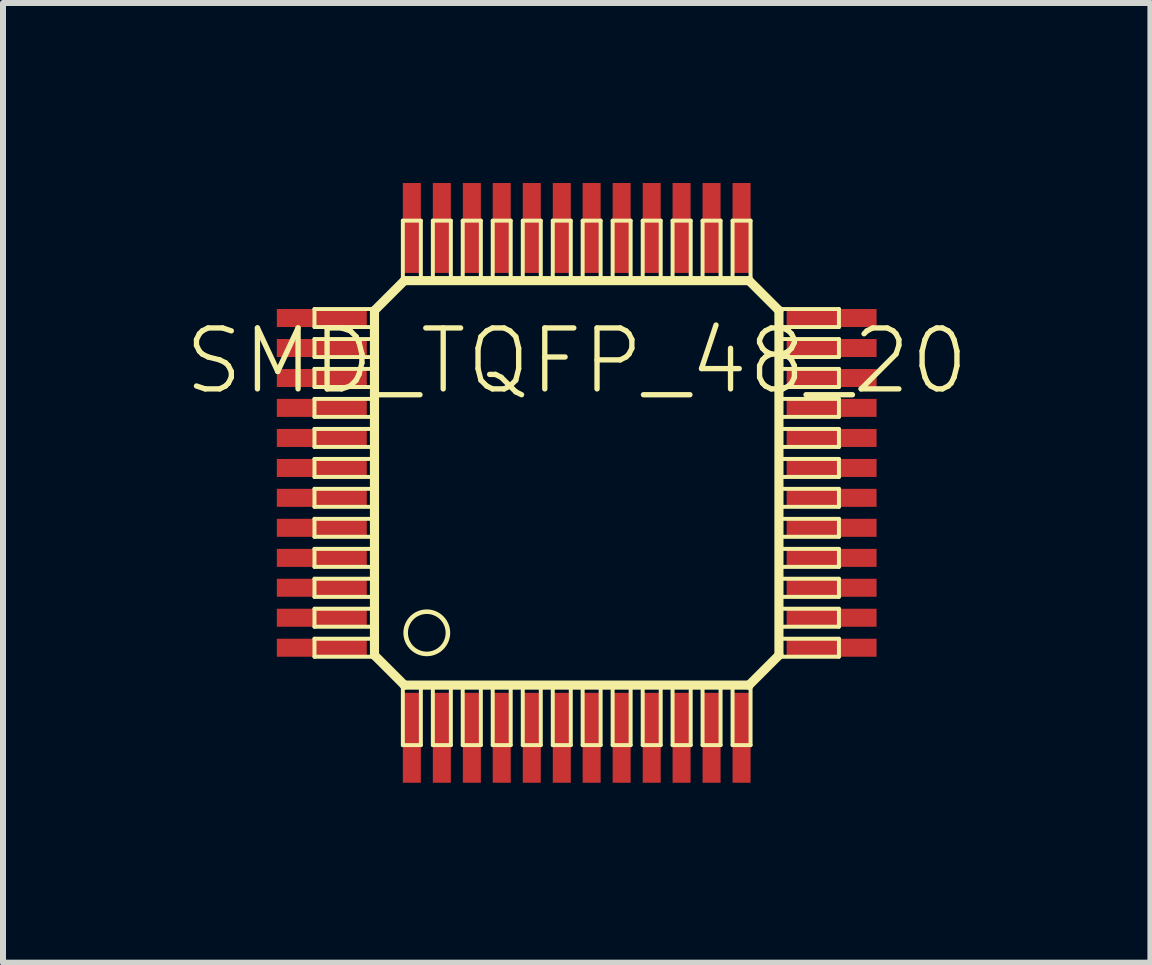
<source format=kicad_pcb>
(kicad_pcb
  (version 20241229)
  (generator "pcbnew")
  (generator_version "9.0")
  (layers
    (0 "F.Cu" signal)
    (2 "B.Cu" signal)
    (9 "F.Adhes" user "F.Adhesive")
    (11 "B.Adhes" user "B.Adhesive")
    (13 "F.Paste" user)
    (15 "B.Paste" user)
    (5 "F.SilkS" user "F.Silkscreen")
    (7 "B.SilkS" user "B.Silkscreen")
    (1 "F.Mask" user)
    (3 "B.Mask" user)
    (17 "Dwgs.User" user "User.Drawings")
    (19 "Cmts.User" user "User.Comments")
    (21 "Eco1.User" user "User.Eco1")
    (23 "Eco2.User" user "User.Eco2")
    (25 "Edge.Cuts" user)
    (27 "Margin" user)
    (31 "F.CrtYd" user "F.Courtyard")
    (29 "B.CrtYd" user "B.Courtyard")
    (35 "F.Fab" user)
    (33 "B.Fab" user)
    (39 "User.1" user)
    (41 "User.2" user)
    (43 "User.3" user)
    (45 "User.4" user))
  (footprint "SMD_TQFP_48_20"
    (layer "F.Cu")
    (at 6.563 4.999)
    (property "Reference" "SMD_TQFP_48_20" (at 0 -2.032 0) (layer "F.SilkS") (effects (font (size 1.016 1.016) (thickness 0.089))))
    (attr smd)
    (fp_line (start -4.371 -2.898) (end -3.371 -2.898) (stroke (width 0.066) (type solid)) (layer "F.SilkS"))
    (fp_line (start -4.371 -2.598) (end -4.371 -2.898) (stroke (width 0.066) (type solid)) (layer "F.SilkS"))
    (fp_line (start -4.371 -2.598) (end -3.371 -2.598) (stroke (width 0.066) (type solid)) (layer "F.SilkS"))
    (fp_line (start -4.371 -2.398) (end -3.371 -2.398) (stroke (width 0.066) (type solid)) (layer "F.SilkS"))
    (fp_line (start -4.371 -2.098) (end -4.371 -2.398) (stroke (width 0.066) (type solid)) (layer "F.SilkS"))
    (fp_line (start -4.371 -2.098) (end -3.371 -2.098) (stroke (width 0.066) (type solid)) (layer "F.SilkS"))
    (fp_line (start -4.371 -1.9) (end -3.371 -1.9) (stroke (width 0.066) (type solid)) (layer "F.SilkS"))
    (fp_line (start -4.371 -1.598) (end -4.371 -1.9) (stroke (width 0.066) (type solid)) (layer "F.SilkS"))
    (fp_line (start -4.371 -1.598) (end -3.371 -1.598) (stroke (width 0.066) (type solid)) (layer "F.SilkS"))
    (fp_line (start -4.371 -1.4) (end -3.371 -1.4) (stroke (width 0.066) (type solid)) (layer "F.SilkS"))
    (fp_line (start -4.371 -1.1) (end -4.371 -1.4) (stroke (width 0.066) (type solid)) (layer "F.SilkS"))
    (fp_line (start -4.371 -1.1) (end -3.371 -1.1) (stroke (width 0.066) (type solid)) (layer "F.SilkS"))
    (fp_line (start -4.371 -0.899) (end -3.371 -0.899) (stroke (width 0.066) (type solid)) (layer "F.SilkS"))
    (fp_line (start -4.371 -0.599) (end -4.371 -0.899) (stroke (width 0.066) (type solid)) (layer "F.SilkS"))
    (fp_line (start -4.371 -0.599) (end -3.371 -0.599) (stroke (width 0.066) (type solid)) (layer "F.SilkS"))
    (fp_line (start -4.371 -0.399) (end -3.371 -0.399) (stroke (width 0.066) (type solid)) (layer "F.SilkS"))
    (fp_line (start -4.371 -0.099) (end -4.371 -0.399) (stroke (width 0.066) (type solid)) (layer "F.SilkS"))
    (fp_line (start -4.371 -0.099) (end -3.371 -0.099) (stroke (width 0.066) (type solid)) (layer "F.SilkS"))
    (fp_line (start -4.371 0.099) (end -3.371 0.099) (stroke (width 0.066) (type solid)) (layer "F.SilkS"))
    (fp_line (start -4.371 0.399) (end -4.371 0.099) (stroke (width 0.066) (type solid)) (layer "F.SilkS"))
    (fp_line (start -4.371 0.399) (end -3.371 0.399) (stroke (width 0.066) (type solid)) (layer "F.SilkS"))
    (fp_line (start -4.371 0.599) (end -3.371 0.599) (stroke (width 0.066) (type solid)) (layer "F.SilkS"))
    (fp_line (start -4.371 0.899) (end -4.371 0.599) (stroke (width 0.066) (type solid)) (layer "F.SilkS"))
    (fp_line (start -4.371 0.899) (end -3.371 0.899) (stroke (width 0.066) (type solid)) (layer "F.SilkS"))
    (fp_line (start -4.371 1.1) (end -3.371 1.1) (stroke (width 0.066) (type solid)) (layer "F.SilkS"))
    (fp_line (start -4.371 1.4) (end -4.371 1.1) (stroke (width 0.066) (type solid)) (layer "F.SilkS"))
    (fp_line (start -4.371 1.4) (end -3.371 1.4) (stroke (width 0.066) (type solid)) (layer "F.SilkS"))
    (fp_line (start -4.371 1.598) (end -3.371 1.598) (stroke (width 0.066) (type solid)) (layer "F.SilkS"))
    (fp_line (start -4.371 1.9) (end -4.371 1.598) (stroke (width 0.066) (type solid)) (layer "F.SilkS"))
    (fp_line (start -4.371 1.9) (end -3.371 1.9) (stroke (width 0.066) (type solid)) (layer "F.SilkS"))
    (fp_line (start -4.371 2.098) (end -3.371 2.098) (stroke (width 0.066) (type solid)) (layer "F.SilkS"))
    (fp_line (start -4.371 2.398) (end -4.371 2.098) (stroke (width 0.066) (type solid)) (layer "F.SilkS"))
    (fp_line (start -4.371 2.398) (end -3.371 2.398) (stroke (width 0.066) (type solid)) (layer "F.SilkS"))
    (fp_line (start -4.371 2.598) (end -3.371 2.598) (stroke (width 0.066) (type solid)) (layer "F.SilkS"))
    (fp_line (start -4.371 2.898) (end -4.371 2.598) (stroke (width 0.066) (type solid)) (layer "F.SilkS"))
    (fp_line (start -4.371 2.898) (end -3.371 2.898) (stroke (width 0.066) (type solid)) (layer "F.SilkS"))
    (fp_line (start -3.371 -2.873) (end -3.371 2.873) (stroke (width 0.152) (type solid)) (layer "F.SilkS"))
    (fp_line (start -3.371 -2.598) (end -3.371 -2.898) (stroke (width 0.066) (type solid)) (layer "F.SilkS"))
    (fp_line (start -3.371 -2.098) (end -3.371 -2.398) (stroke (width 0.066) (type solid)) (layer "F.SilkS"))
    (fp_line (start -3.371 -1.598) (end -3.371 -1.9) (stroke (width 0.066) (type solid)) (layer "F.SilkS"))
    (fp_line (start -3.371 -1.1) (end -3.371 -1.4) (stroke (width 0.066) (type solid)) (layer "F.SilkS"))
    (fp_line (start -3.371 -0.599) (end -3.371 -0.899) (stroke (width 0.066) (type solid)) (layer "F.SilkS"))
    (fp_line (start -3.371 -0.099) (end -3.371 -0.399) (stroke (width 0.066) (type solid)) (layer "F.SilkS"))
    (fp_line (start -3.371 0.399) (end -3.371 0.099) (stroke (width 0.066) (type solid)) (layer "F.SilkS"))
    (fp_line (start -3.371 0.899) (end -3.371 0.599) (stroke (width 0.066) (type solid)) (layer "F.SilkS"))
    (fp_line (start -3.371 1.4) (end -3.371 1.1) (stroke (width 0.066) (type solid)) (layer "F.SilkS"))
    (fp_line (start -3.371 1.9) (end -3.371 1.598) (stroke (width 0.066) (type solid)) (layer "F.SilkS"))
    (fp_line (start -3.371 2.398) (end -3.371 2.098) (stroke (width 0.066) (type solid)) (layer "F.SilkS"))
    (fp_line (start -3.371 2.873) (end -2.873 3.371) (stroke (width 0.152) (type solid)) (layer "F.SilkS"))
    (fp_line (start -3.371 2.898) (end -3.371 2.598) (stroke (width 0.066) (type solid)) (layer "F.SilkS"))
    (fp_line (start -2.898 -4.371) (end -2.598 -4.371) (stroke (width 0.066) (type solid)) (layer "F.SilkS"))
    (fp_line (start -2.898 -3.371) (end -2.898 -4.371) (stroke (width 0.066) (type solid)) (layer "F.SilkS"))
    (fp_line (start -2.898 -3.371) (end -2.598 -3.371) (stroke (width 0.066) (type solid)) (layer "F.SilkS"))
    (fp_line (start -2.898 3.371) (end -2.598 3.371) (stroke (width 0.066) (type solid)) (layer "F.SilkS"))
    (fp_line (start -2.898 4.371) (end -2.898 3.371) (stroke (width 0.066) (type solid)) (layer "F.SilkS"))
    (fp_line (start -2.898 4.371) (end -2.598 4.371) (stroke (width 0.066) (type solid)) (layer "F.SilkS"))
    (fp_line (start -2.873 -3.371) (end -3.371 -2.873) (stroke (width 0.152) (type solid)) (layer "F.SilkS"))
    (fp_line (start -2.873 3.371) (end 2.873 3.371) (stroke (width 0.152) (type solid)) (layer "F.SilkS"))
    (fp_line (start -2.598 -3.371) (end -2.598 -4.371) (stroke (width 0.066) (type solid)) (layer "F.SilkS"))
    (fp_line (start -2.598 4.371) (end -2.598 3.371) (stroke (width 0.066) (type solid)) (layer "F.SilkS"))
    (fp_line (start -2.398 -4.371) (end -2.098 -4.371) (stroke (width 0.066) (type solid)) (layer "F.SilkS"))
    (fp_line (start -2.398 -3.371) (end -2.398 -4.371) (stroke (width 0.066) (type solid)) (layer "F.SilkS"))
    (fp_line (start -2.398 -3.371) (end -2.098 -3.371) (stroke (width 0.066) (type solid)) (layer "F.SilkS"))
    (fp_line (start -2.398 3.371) (end -2.098 3.371) (stroke (width 0.066) (type solid)) (layer "F.SilkS"))
    (fp_line (start -2.398 4.371) (end -2.398 3.371) (stroke (width 0.066) (type solid)) (layer "F.SilkS"))
    (fp_line (start -2.398 4.371) (end -2.098 4.371) (stroke (width 0.066) (type solid)) (layer "F.SilkS"))
    (fp_line (start -2.098 -3.371) (end -2.098 -4.371) (stroke (width 0.066) (type solid)) (layer "F.SilkS"))
    (fp_line (start -2.098 4.371) (end -2.098 3.371) (stroke (width 0.066) (type solid)) (layer "F.SilkS"))
    (fp_line (start -1.9 -4.371) (end -1.598 -4.371) (stroke (width 0.066) (type solid)) (layer "F.SilkS"))
    (fp_line (start -1.9 -3.371) (end -1.9 -4.371) (stroke (width 0.066) (type solid)) (layer "F.SilkS"))
    (fp_line (start -1.9 -3.371) (end -1.598 -3.371) (stroke (width 0.066) (type solid)) (layer "F.SilkS"))
    (fp_line (start -1.9 3.371) (end -1.598 3.371) (stroke (width 0.066) (type solid)) (layer "F.SilkS"))
    (fp_line (start -1.9 4.371) (end -1.9 3.371) (stroke (width 0.066) (type solid)) (layer "F.SilkS"))
    (fp_line (start -1.9 4.371) (end -1.598 4.371) (stroke (width 0.066) (type solid)) (layer "F.SilkS"))
    (fp_line (start -1.598 -3.371) (end -1.598 -4.371) (stroke (width 0.066) (type solid)) (layer "F.SilkS"))
    (fp_line (start -1.598 4.371) (end -1.598 3.371) (stroke (width 0.066) (type solid)) (layer "F.SilkS"))
    (fp_line (start -1.4 -4.371) (end -1.1 -4.371) (stroke (width 0.066) (type solid)) (layer "F.SilkS"))
    (fp_line (start -1.4 -3.371) (end -1.4 -4.371) (stroke (width 0.066) (type solid)) (layer "F.SilkS"))
    (fp_line (start -1.4 -3.371) (end -1.1 -3.371) (stroke (width 0.066) (type solid)) (layer "F.SilkS"))
    (fp_line (start -1.4 3.371) (end -1.1 3.371) (stroke (width 0.066) (type solid)) (layer "F.SilkS"))
    (fp_line (start -1.4 4.371) (end -1.4 3.371) (stroke (width 0.066) (type solid)) (layer "F.SilkS"))
    (fp_line (start -1.4 4.371) (end -1.1 4.371) (stroke (width 0.066) (type solid)) (layer "F.SilkS"))
    (fp_line (start -1.1 -3.371) (end -1.1 -4.371) (stroke (width 0.066) (type solid)) (layer "F.SilkS"))
    (fp_line (start -1.1 4.371) (end -1.1 3.371) (stroke (width 0.066) (type solid)) (layer "F.SilkS"))
    (fp_line (start -0.899 -4.371) (end -0.599 -4.371) (stroke (width 0.066) (type solid)) (layer "F.SilkS"))
    (fp_line (start -0.899 -3.371) (end -0.899 -4.371) (stroke (width 0.066) (type solid)) (layer "F.SilkS"))
    (fp_line (start -0.899 -3.371) (end -0.599 -3.371) (stroke (width 0.066) (type solid)) (layer "F.SilkS"))
    (fp_line (start -0.899 3.371) (end -0.599 3.371) (stroke (width 0.066) (type solid)) (layer "F.SilkS"))
    (fp_line (start -0.899 4.371) (end -0.899 3.371) (stroke (width 0.066) (type solid)) (layer "F.SilkS"))
    (fp_line (start -0.899 4.371) (end -0.599 4.371) (stroke (width 0.066) (type solid)) (layer "F.SilkS"))
    (fp_line (start -0.599 -3.371) (end -0.599 -4.371) (stroke (width 0.066) (type solid)) (layer "F.SilkS"))
    (fp_line (start -0.599 4.371) (end -0.599 3.371) (stroke (width 0.066) (type solid)) (layer "F.SilkS"))
    (fp_line (start -0.399 -4.371) (end -0.099 -4.371) (stroke (width 0.066) (type solid)) (layer "F.SilkS"))
    (fp_line (start -0.399 -3.371) (end -0.399 -4.371) (stroke (width 0.066) (type solid)) (layer "F.SilkS"))
    (fp_line (start -0.399 -3.371) (end -0.099 -3.371) (stroke (width 0.066) (type solid)) (layer "F.SilkS"))
    (fp_line (start -0.399 3.371) (end -0.099 3.371) (stroke (width 0.066) (type solid)) (layer "F.SilkS"))
    (fp_line (start -0.399 4.371) (end -0.399 3.371) (stroke (width 0.066) (type solid)) (layer "F.SilkS"))
    (fp_line (start -0.399 4.371) (end -0.099 4.371) (stroke (width 0.066) (type solid)) (layer "F.SilkS"))
    (fp_line (start -0.099 -3.371) (end -0.099 -4.371) (stroke (width 0.066) (type solid)) (layer "F.SilkS"))
    (fp_line (start -0.099 4.371) (end -0.099 3.371) (stroke (width 0.066) (type solid)) (layer "F.SilkS"))
    (fp_line (start 0.099 -4.371) (end 0.399 -4.371) (stroke (width 0.066) (type solid)) (layer "F.SilkS"))
    (fp_line (start 0.099 -3.371) (end 0.099 -4.371) (stroke (width 0.066) (type solid)) (layer "F.SilkS"))
    (fp_line (start 0.099 -3.371) (end 0.399 -3.371) (stroke (width 0.066) (type solid)) (layer "F.SilkS"))
    (fp_line (start 0.099 3.371) (end 0.399 3.371) (stroke (width 0.066) (type solid)) (layer "F.SilkS"))
    (fp_line (start 0.099 4.371) (end 0.099 3.371) (stroke (width 0.066) (type solid)) (layer "F.SilkS"))
    (fp_line (start 0.099 4.371) (end 0.399 4.371) (stroke (width 0.066) (type solid)) (layer "F.SilkS"))
    (fp_line (start 0.399 -3.371) (end 0.399 -4.371) (stroke (width 0.066) (type solid)) (layer "F.SilkS"))
    (fp_line (start 0.399 4.371) (end 0.399 3.371) (stroke (width 0.066) (type solid)) (layer "F.SilkS"))
    (fp_line (start 0.599 -4.371) (end 0.899 -4.371) (stroke (width 0.066) (type solid)) (layer "F.SilkS"))
    (fp_line (start 0.599 -3.371) (end 0.599 -4.371) (stroke (width 0.066) (type solid)) (layer "F.SilkS"))
    (fp_line (start 0.599 -3.371) (end 0.899 -3.371) (stroke (width 0.066) (type solid)) (layer "F.SilkS"))
    (fp_line (start 0.599 3.371) (end 0.899 3.371) (stroke (width 0.066) (type solid)) (layer "F.SilkS"))
    (fp_line (start 0.599 4.371) (end 0.599 3.371) (stroke (width 0.066) (type solid)) (layer "F.SilkS"))
    (fp_line (start 0.599 4.371) (end 0.899 4.371) (stroke (width 0.066) (type solid)) (layer "F.SilkS"))
    (fp_line (start 0.899 -3.371) (end 0.899 -4.371) (stroke (width 0.066) (type solid)) (layer "F.SilkS"))
    (fp_line (start 0.899 4.371) (end 0.899 3.371) (stroke (width 0.066) (type solid)) (layer "F.SilkS"))
    (fp_line (start 1.1 -4.371) (end 1.4 -4.371) (stroke (width 0.066) (type solid)) (layer "F.SilkS"))
    (fp_line (start 1.1 -3.371) (end 1.1 -4.371) (stroke (width 0.066) (type solid)) (layer "F.SilkS"))
    (fp_line (start 1.1 -3.371) (end 1.4 -3.371) (stroke (width 0.066) (type solid)) (layer "F.SilkS"))
    (fp_line (start 1.1 3.371) (end 1.4 3.371) (stroke (width 0.066) (type solid)) (layer "F.SilkS"))
    (fp_line (start 1.1 4.371) (end 1.1 3.371) (stroke (width 0.066) (type solid)) (layer "F.SilkS"))
    (fp_line (start 1.1 4.371) (end 1.4 4.371) (stroke (width 0.066) (type solid)) (layer "F.SilkS"))
    (fp_line (start 1.4 -3.371) (end 1.4 -4.371) (stroke (width 0.066) (type solid)) (layer "F.SilkS"))
    (fp_line (start 1.4 4.371) (end 1.4 3.371) (stroke (width 0.066) (type solid)) (layer "F.SilkS"))
    (fp_line (start 1.598 -4.371) (end 1.9 -4.371) (stroke (width 0.066) (type solid)) (layer "F.SilkS"))
    (fp_line (start 1.598 -3.371) (end 1.598 -4.371) (stroke (width 0.066) (type solid)) (layer "F.SilkS"))
    (fp_line (start 1.598 -3.371) (end 1.9 -3.371) (stroke (width 0.066) (type solid)) (layer "F.SilkS"))
    (fp_line (start 1.598 3.371) (end 1.9 3.371) (stroke (width 0.066) (type solid)) (layer "F.SilkS"))
    (fp_line (start 1.598 4.371) (end 1.598 3.371) (stroke (width 0.066) (type solid)) (layer "F.SilkS"))
    (fp_line (start 1.598 4.371) (end 1.9 4.371) (stroke (width 0.066) (type solid)) (layer "F.SilkS"))
    (fp_line (start 1.9 -3.371) (end 1.9 -4.371) (stroke (width 0.066) (type solid)) (layer "F.SilkS"))
    (fp_line (start 1.9 4.371) (end 1.9 3.371) (stroke (width 0.066) (type solid)) (layer "F.SilkS"))
    (fp_line (start 2.098 -4.371) (end 2.398 -4.371) (stroke (width 0.066) (type solid)) (layer "F.SilkS"))
    (fp_line (start 2.098 -3.371) (end 2.098 -4.371) (stroke (width 0.066) (type solid)) (layer "F.SilkS"))
    (fp_line (start 2.098 -3.371) (end 2.398 -3.371) (stroke (width 0.066) (type solid)) (layer "F.SilkS"))
    (fp_line (start 2.098 3.371) (end 2.398 3.371) (stroke (width 0.066) (type solid)) (layer "F.SilkS"))
    (fp_line (start 2.098 4.371) (end 2.098 3.371) (stroke (width 0.066) (type solid)) (layer "F.SilkS"))
    (fp_line (start 2.098 4.371) (end 2.398 4.371) (stroke (width 0.066) (type solid)) (layer "F.SilkS"))
    (fp_line (start 2.398 -3.371) (end 2.398 -4.371) (stroke (width 0.066) (type solid)) (layer "F.SilkS"))
    (fp_line (start 2.398 4.371) (end 2.398 3.371) (stroke (width 0.066) (type solid)) (layer "F.SilkS"))
    (fp_line (start 2.598 -4.371) (end 2.898 -4.371) (stroke (width 0.066) (type solid)) (layer "F.SilkS"))
    (fp_line (start 2.598 -3.371) (end 2.598 -4.371) (stroke (width 0.066) (type solid)) (layer "F.SilkS"))
    (fp_line (start 2.598 -3.371) (end 2.898 -3.371) (stroke (width 0.066) (type solid)) (layer "F.SilkS"))
    (fp_line (start 2.598 3.371) (end 2.898 3.371) (stroke (width 0.066) (type solid)) (layer "F.SilkS"))
    (fp_line (start 2.598 4.371) (end 2.598 3.371) (stroke (width 0.066) (type solid)) (layer "F.SilkS"))
    (fp_line (start 2.598 4.371) (end 2.898 4.371) (stroke (width 0.066) (type solid)) (layer "F.SilkS"))
    (fp_line (start 2.873 -3.371) (end -2.873 -3.371) (stroke (width 0.152) (type solid)) (layer "F.SilkS"))
    (fp_line (start 2.873 3.371) (end 3.371 2.873) (stroke (width 0.152) (type solid)) (layer "F.SilkS"))
    (fp_line (start 2.898 -3.371) (end 2.898 -4.371) (stroke (width 0.066) (type solid)) (layer "F.SilkS"))
    (fp_line (start 2.898 4.371) (end 2.898 3.371) (stroke (width 0.066) (type solid)) (layer "F.SilkS"))
    (fp_line (start 3.371 -2.898) (end 4.371 -2.898) (stroke (width 0.066) (type solid)) (layer "F.SilkS"))
    (fp_line (start 3.371 -2.873) (end 2.873 -3.371) (stroke (width 0.152) (type solid)) (layer "F.SilkS"))
    (fp_line (start 3.371 -2.598) (end 3.371 -2.898) (stroke (width 0.066) (type solid)) (layer "F.SilkS"))
    (fp_line (start 3.371 -2.598) (end 4.371 -2.598) (stroke (width 0.066) (type solid)) (layer "F.SilkS"))
    (fp_line (start 3.371 -2.398) (end 4.371 -2.398) (stroke (width 0.066) (type solid)) (layer "F.SilkS"))
    (fp_line (start 3.371 -2.098) (end 3.371 -2.398) (stroke (width 0.066) (type solid)) (layer "F.SilkS"))
    (fp_line (start 3.371 -2.098) (end 4.371 -2.098) (stroke (width 0.066) (type solid)) (layer "F.SilkS"))
    (fp_line (start 3.371 -1.9) (end 4.371 -1.9) (stroke (width 0.066) (type solid)) (layer "F.SilkS"))
    (fp_line (start 3.371 -1.598) (end 3.371 -1.9) (stroke (width 0.066) (type solid)) (layer "F.SilkS"))
    (fp_line (start 3.371 -1.598) (end 4.371 -1.598) (stroke (width 0.066) (type solid)) (layer "F.SilkS"))
    (fp_line (start 3.371 -1.4) (end 4.371 -1.4) (stroke (width 0.066) (type solid)) (layer "F.SilkS"))
    (fp_line (start 3.371 -1.1) (end 3.371 -1.4) (stroke (width 0.066) (type solid)) (layer "F.SilkS"))
    (fp_line (start 3.371 -1.1) (end 4.371 -1.1) (stroke (width 0.066) (type solid)) (layer "F.SilkS"))
    (fp_line (start 3.371 -0.899) (end 4.371 -0.899) (stroke (width 0.066) (type solid)) (layer "F.SilkS"))
    (fp_line (start 3.371 -0.599) (end 3.371 -0.899) (stroke (width 0.066) (type solid)) (layer "F.SilkS"))
    (fp_line (start 3.371 -0.599) (end 4.371 -0.599) (stroke (width 0.066) (type solid)) (layer "F.SilkS"))
    (fp_line (start 3.371 -0.399) (end 4.371 -0.399) (stroke (width 0.066) (type solid)) (layer "F.SilkS"))
    (fp_line (start 3.371 -0.099) (end 3.371 -0.399) (stroke (width 0.066) (type solid)) (layer "F.SilkS"))
    (fp_line (start 3.371 -0.099) (end 4.371 -0.099) (stroke (width 0.066) (type solid)) (layer "F.SilkS"))
    (fp_line (start 3.371 0.099) (end 4.371 0.099) (stroke (width 0.066) (type solid)) (layer "F.SilkS"))
    (fp_line (start 3.371 0.399) (end 3.371 0.099) (stroke (width 0.066) (type solid)) (layer "F.SilkS"))
    (fp_line (start 3.371 0.399) (end 4.371 0.399) (stroke (width 0.066) (type solid)) (layer "F.SilkS"))
    (fp_line (start 3.371 0.599) (end 4.371 0.599) (stroke (width 0.066) (type solid)) (layer "F.SilkS"))
    (fp_line (start 3.371 0.899) (end 3.371 0.599) (stroke (width 0.066) (type solid)) (layer "F.SilkS"))
    (fp_line (start 3.371 0.899) (end 4.371 0.899) (stroke (width 0.066) (type solid)) (layer "F.SilkS"))
    (fp_line (start 3.371 1.1) (end 4.371 1.1) (stroke (width 0.066) (type solid)) (layer "F.SilkS"))
    (fp_line (start 3.371 1.4) (end 3.371 1.1) (stroke (width 0.066) (type solid)) (layer "F.SilkS"))
    (fp_line (start 3.371 1.4) (end 4.371 1.4) (stroke (width 0.066) (type solid)) (layer "F.SilkS"))
    (fp_line (start 3.371 1.598) (end 4.371 1.598) (stroke (width 0.066) (type solid)) (layer "F.SilkS"))
    (fp_line (start 3.371 1.9) (end 3.371 1.598) (stroke (width 0.066) (type solid)) (layer "F.SilkS"))
    (fp_line (start 3.371 1.9) (end 4.371 1.9) (stroke (width 0.066) (type solid)) (layer "F.SilkS"))
    (fp_line (start 3.371 2.098) (end 4.371 2.098) (stroke (width 0.066) (type solid)) (layer "F.SilkS"))
    (fp_line (start 3.371 2.398) (end 3.371 2.098) (stroke (width 0.066) (type solid)) (layer "F.SilkS"))
    (fp_line (start 3.371 2.398) (end 4.371 2.398) (stroke (width 0.066) (type solid)) (layer "F.SilkS"))
    (fp_line (start 3.371 2.598) (end 4.371 2.598) (stroke (width 0.066) (type solid)) (layer "F.SilkS"))
    (fp_line (start 3.371 2.873) (end 3.371 -2.873) (stroke (width 0.152) (type solid)) (layer "F.SilkS"))
    (fp_line (start 3.371 2.898) (end 3.371 2.598) (stroke (width 0.066) (type solid)) (layer "F.SilkS"))
    (fp_line (start 3.371 2.898) (end 4.371 2.898) (stroke (width 0.066) (type solid)) (layer "F.SilkS"))
    (fp_line (start 4.371 -2.598) (end 4.371 -2.898) (stroke (width 0.066) (type solid)) (layer "F.SilkS"))
    (fp_line (start 4.371 -2.098) (end 4.371 -2.398) (stroke (width 0.066) (type solid)) (layer "F.SilkS"))
    (fp_line (start 4.371 -1.598) (end 4.371 -1.9) (stroke (width 0.066) (type solid)) (layer "F.SilkS"))
    (fp_line (start 4.371 -1.1) (end 4.371 -1.4) (stroke (width 0.066) (type solid)) (layer "F.SilkS"))
    (fp_line (start 4.371 -0.599) (end 4.371 -0.899) (stroke (width 0.066) (type solid)) (layer "F.SilkS"))
    (fp_line (start 4.371 -0.099) (end 4.371 -0.399) (stroke (width 0.066) (type solid)) (layer "F.SilkS"))
    (fp_line (start 4.371 0.399) (end 4.371 0.099) (stroke (width 0.066) (type solid)) (layer "F.SilkS"))
    (fp_line (start 4.371 0.899) (end 4.371 0.599) (stroke (width 0.066) (type solid)) (layer "F.SilkS"))
    (fp_line (start 4.371 1.4) (end 4.371 1.1) (stroke (width 0.066) (type solid)) (layer "F.SilkS"))
    (fp_line (start 4.371 1.9) (end 4.371 1.598) (stroke (width 0.066) (type solid)) (layer "F.SilkS"))
    (fp_line (start 4.371 2.398) (end 4.371 2.098) (stroke (width 0.066) (type solid)) (layer "F.SilkS"))
    (fp_line (start 4.371 2.898) (end 4.371 2.598) (stroke (width 0.066) (type solid)) (layer "F.SilkS"))
    (fp_circle (center -2.499 2.499) (end -2.748 2.748) (stroke (width 0.076) (type solid)) (fill no) (layer "F.SilkS"))
    (pad "1" smd rect (at -2.748 4.249) (size 0.3 1.499) (layers "F.Cu" "F.Mask" "F.Paste"))
    (pad "2" smd rect (at -2.248 4.249) (size 0.3 1.499) (layers "F.Cu" "F.Mask" "F.Paste"))
    (pad "3" smd rect (at -1.748 4.249) (size 0.3 1.499) (layers "F.Cu" "F.Mask" "F.Paste"))
    (pad "4" smd rect (at -1.25 4.249) (size 0.3 1.499) (layers "F.Cu" "F.Mask" "F.Paste"))
    (pad "5" smd rect (at -0.749 4.249) (size 0.3 1.499) (layers "F.Cu" "F.Mask" "F.Paste"))
    (pad "6" smd rect (at -0.249 4.249) (size 0.3 1.499) (layers "F.Cu" "F.Mask" "F.Paste"))
    (pad "7" smd rect (at 0.249 4.249) (size 0.3 1.499) (layers "F.Cu" "F.Mask" "F.Paste"))
    (pad "8" smd rect (at 0.749 4.249) (size 0.3 1.499) (layers "F.Cu" "F.Mask" "F.Paste"))
    (pad "9" smd rect (at 1.25 4.249) (size 0.3 1.499) (layers "F.Cu" "F.Mask" "F.Paste"))
    (pad "10" smd rect (at 1.748 4.249) (size 0.3 1.499) (layers "F.Cu" "F.Mask" "F.Paste"))
    (pad "11" smd rect (at 2.248 4.249) (size 0.3 1.499) (layers "F.Cu" "F.Mask" "F.Paste"))
    (pad "12" smd rect (at 2.748 4.249) (size 0.3 1.499) (layers "F.Cu" "F.Mask" "F.Paste"))
    (pad "13" smd rect (at 4.249 2.748) (size 1.499 0.3) (layers "F.Cu" "F.Mask" "F.Paste"))
    (pad "14" smd rect (at 4.249 2.248) (size 1.499 0.3) (layers "F.Cu" "F.Mask" "F.Paste"))
    (pad "15" smd rect (at 4.249 1.748) (size 1.499 0.3) (layers "F.Cu" "F.Mask" "F.Paste"))
    (pad "16" smd rect (at 4.249 1.25) (size 1.499 0.3) (layers "F.Cu" "F.Mask" "F.Paste"))
    (pad "17" smd rect (at 4.249 0.749) (size 1.499 0.3) (layers "F.Cu" "F.Mask" "F.Paste"))
    (pad "18" smd rect (at 4.249 0.249) (size 1.499 0.3) (layers "F.Cu" "F.Mask" "F.Paste"))
    (pad "19" smd rect (at 4.249 -0.249) (size 1.499 0.3) (layers "F.Cu" "F.Mask" "F.Paste"))
    (pad "20" smd rect (at 4.249 -0.749) (size 1.499 0.3) (layers "F.Cu" "F.Mask" "F.Paste"))
    (pad "21" smd rect (at 4.249 -1.25) (size 1.499 0.3) (layers "F.Cu" "F.Mask" "F.Paste"))
    (pad "22" smd rect (at 4.249 -1.748) (size 1.499 0.3) (layers "F.Cu" "F.Mask" "F.Paste"))
    (pad "23" smd rect (at 4.249 -2.248) (size 1.499 0.3) (layers "F.Cu" "F.Mask" "F.Paste"))
    (pad "24" smd rect (at 4.249 -2.748) (size 1.499 0.3) (layers "F.Cu" "F.Mask" "F.Paste"))
    (pad "25" smd rect (at 2.748 -4.249) (size 0.3 1.499) (layers "F.Cu" "F.Mask" "F.Paste"))
    (pad "26" smd rect (at 2.248 -4.249) (size 0.3 1.499) (layers "F.Cu" "F.Mask" "F.Paste"))
    (pad "27" smd rect (at 1.748 -4.249) (size 0.3 1.499) (layers "F.Cu" "F.Mask" "F.Paste"))
    (pad "28" smd rect (at 1.25 -4.249) (size 0.3 1.499) (layers "F.Cu" "F.Mask" "F.Paste"))
    (pad "29" smd rect (at 0.749 -4.249) (size 0.3 1.499) (layers "F.Cu" "F.Mask" "F.Paste"))
    (pad "30" smd rect (at 0.249 -4.249) (size 0.3 1.499) (layers "F.Cu" "F.Mask" "F.Paste"))
    (pad "31" smd rect (at -0.249 -4.249) (size 0.3 1.499) (layers "F.Cu" "F.Mask" "F.Paste"))
    (pad "32" smd rect (at -0.749 -4.249) (size 0.3 1.499) (layers "F.Cu" "F.Mask" "F.Paste"))
    (pad "33" smd rect (at -1.25 -4.249) (size 0.3 1.499) (layers "F.Cu" "F.Mask" "F.Paste"))
    (pad "34" smd rect (at -1.748 -4.249) (size 0.3 1.499) (layers "F.Cu" "F.Mask" "F.Paste"))
    (pad "35" smd rect (at -2.248 -4.249) (size 0.3 1.499) (layers "F.Cu" "F.Mask" "F.Paste"))
    (pad "36" smd rect (at -2.748 -4.249) (size 0.3 1.499) (layers "F.Cu" "F.Mask" "F.Paste"))
    (pad "37" smd rect (at -4.249 -2.748) (size 1.499 0.3) (layers "F.Cu" "F.Mask" "F.Paste"))
    (pad "38" smd rect (at -4.249 -2.248) (size 1.499 0.3) (layers "F.Cu" "F.Mask" "F.Paste"))
    (pad "39" smd rect (at -4.249 -1.748) (size 1.499 0.3) (layers "F.Cu" "F.Mask" "F.Paste"))
    (pad "40" smd rect (at -4.249 -1.25) (size 1.499 0.3) (layers "F.Cu" "F.Mask" "F.Paste"))
    (pad "41" smd rect (at -4.249 -0.749) (size 1.499 0.3) (layers "F.Cu" "F.Mask" "F.Paste"))
    (pad "42" smd rect (at -4.249 -0.249) (size 1.499 0.3) (layers "F.Cu" "F.Mask" "F.Paste"))
    (pad "43" smd rect (at -4.249 0.249) (size 1.499 0.3) (layers "F.Cu" "F.Mask" "F.Paste"))
    (pad "44" smd rect (at -4.249 0.749) (size 1.499 0.3) (layers "F.Cu" "F.Mask" "F.Paste"))
    (pad "45" smd rect (at -4.249 1.25) (size 1.499 0.3) (layers "F.Cu" "F.Mask" "F.Paste"))
    (pad "46" smd rect (at -4.249 1.748) (size 1.499 0.3) (layers "F.Cu" "F.Mask" "F.Paste"))
    (pad "47" smd rect (at -4.249 2.248) (size 1.499 0.3) (layers "F.Cu" "F.Mask" "F.Paste"))
    (pad "48" smd rect (at -4.249 2.748) (size 1.499 0.3) (layers "F.Cu" "F.Mask" "F.Paste")))
  (gr_rect
    (start -3 -3)
    (end 16.126 12.997)
    (stroke (width 0.1) (type default))
    (fill no)
    (layer "Edge.Cuts")))
</source>
